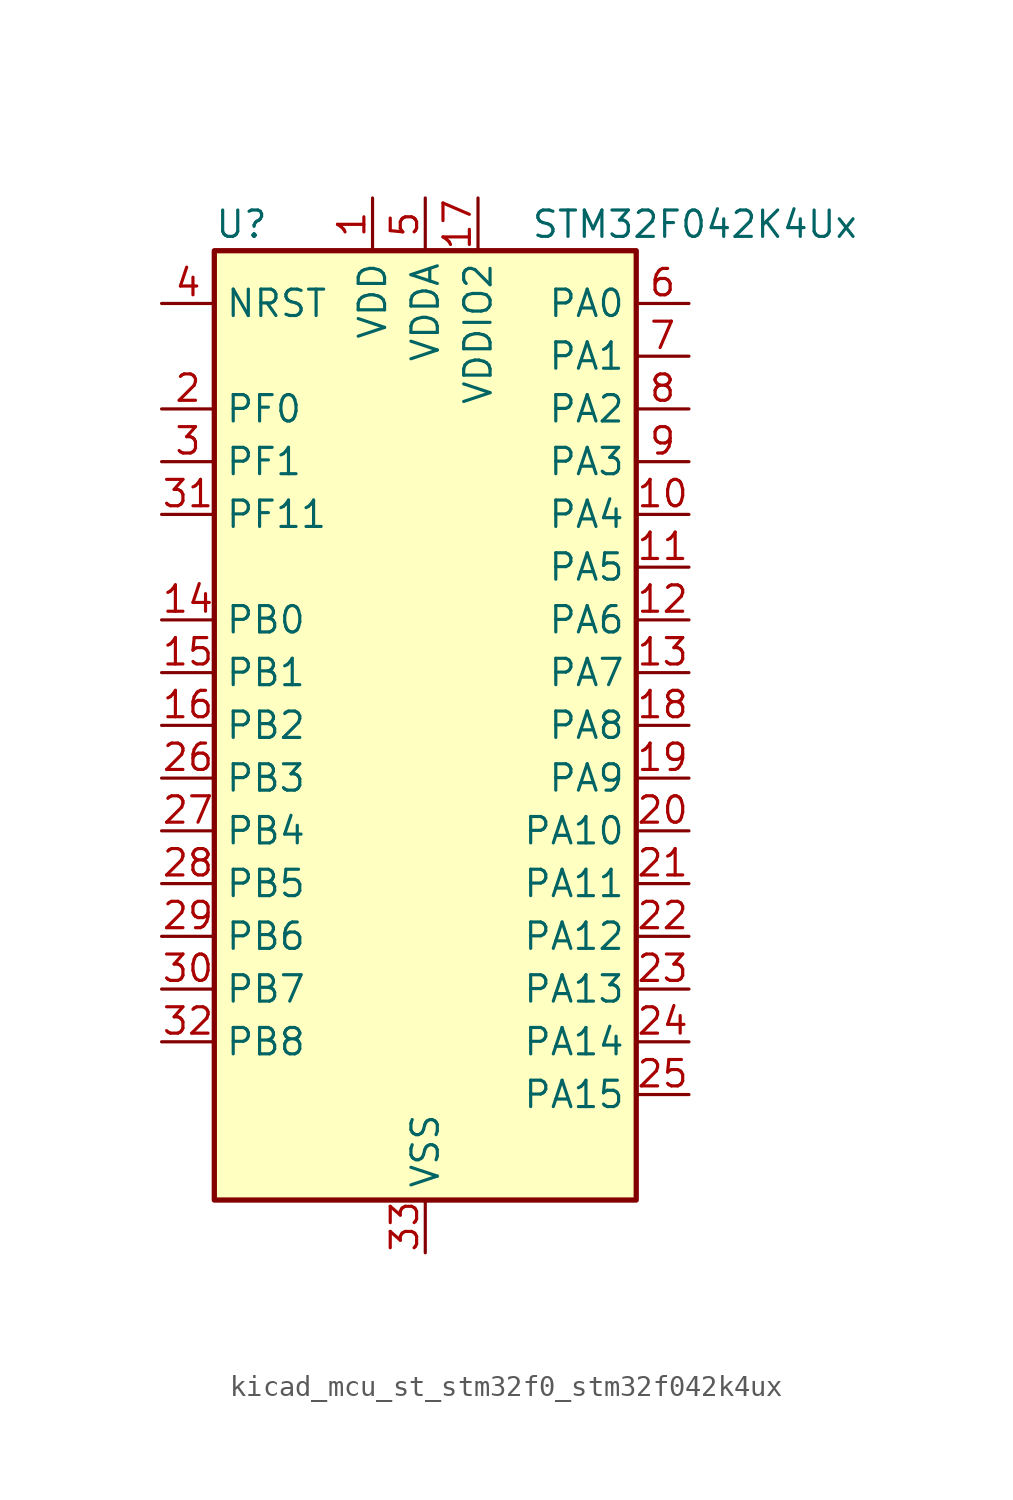
<source format=kicad_sym>
(kicad_symbol_lib
  (version 20220914)
  (generator kicad_symbol_editor)
  (symbol "kicad_mcu_st_stm32f0_stm32f042k4ux"
    (property "Reference" "U"
      (at -10.16 24.13 0)
      (effects (font (size 1.27 1.27)) (justify left)))
    (property "Value" "STM32F042K4Ux"
      (at 5.08 24.13 0)
      (effects (font (size 1.27 1.27)) (justify left)))
    (property "ki_locked" ""
      (at 0 0 0)
      (effects (font (size 1.27 1.27))))
    (symbol "kicad_mcu_st_stm32f0_stm32f042k4ux_0_1"
      (rectangle (start -10.16 -22.86) (end 10.16 22.86) (stroke (width 0.254) (type default)) (fill (type background))))
    (symbol "kicad_mcu_st_stm32f0_stm32f042k4ux_1_1"
      (pin power_in line (at -2.54 25.4 270) (length 2.54) (name "VDD" (effects (font (size 1.27 1.27)))) (number "1" (effects (font (size 1.27 1.27)))))
      (pin bidirectional line (at 12.7 10.16 180) (length 2.54) (name "PA4" (effects (font (size 1.27 1.27)))) (number "10" (effects (font (size 1.27 1.27)))) (alternate "ADC_IN4" bidirectional line) (alternate "I2S1_WS" bidirectional line) (alternate "SPI1_NSS" bidirectional line) (alternate "TIM14_CH1" bidirectional line) (alternate "TSC_G2_IO1" bidirectional line) (alternate "USART2_CK" bidirectional line) (alternate "USB_NOE" bidirectional line))
      (pin bidirectional line (at 12.7 7.62 180) (length 2.54) (name "PA5" (effects (font (size 1.27 1.27)))) (number "11" (effects (font (size 1.27 1.27)))) (alternate "ADC_IN5" bidirectional line) (alternate "CEC" bidirectional line) (alternate "I2S1_CK" bidirectional line) (alternate "SPI1_SCK" bidirectional line) (alternate "TIM2_CH1" bidirectional line) (alternate "TIM2_ETR" bidirectional line) (alternate "TSC_G2_IO2" bidirectional line))
      (pin bidirectional line (at 12.7 5.08 180) (length 2.54) (name "PA6" (effects (font (size 1.27 1.27)))) (number "12" (effects (font (size 1.27 1.27)))) (alternate "ADC_IN6" bidirectional line) (alternate "I2S1_MCK" bidirectional line) (alternate "SPI1_MISO" bidirectional line) (alternate "TIM16_CH1" bidirectional line) (alternate "TIM1_BKIN" bidirectional line) (alternate "TIM3_CH1" bidirectional line) (alternate "TSC_G2_IO3" bidirectional line))
      (pin bidirectional line (at 12.7 2.54 180) (length 2.54) (name "PA7" (effects (font (size 1.27 1.27)))) (number "13" (effects (font (size 1.27 1.27)))) (alternate "ADC_IN7" bidirectional line) (alternate "I2S1_SD" bidirectional line) (alternate "SPI1_MOSI" bidirectional line) (alternate "TIM14_CH1" bidirectional line) (alternate "TIM17_CH1" bidirectional line) (alternate "TIM1_CH1N" bidirectional line) (alternate "TIM3_CH2" bidirectional line) (alternate "TSC_G2_IO4" bidirectional line))
      (pin bidirectional line (at -12.7 5.08 0) (length 2.54) (name "PB0" (effects (font (size 1.27 1.27)))) (number "14" (effects (font (size 1.27 1.27)))) (alternate "ADC_IN8" bidirectional line) (alternate "TIM1_CH2N" bidirectional line) (alternate "TIM3_CH3" bidirectional line) (alternate "TSC_G3_IO2" bidirectional line))
      (pin bidirectional line (at -12.7 2.54 0) (length 2.54) (name "PB1" (effects (font (size 1.27 1.27)))) (number "15" (effects (font (size 1.27 1.27)))) (alternate "ADC_IN9" bidirectional line) (alternate "TIM14_CH1" bidirectional line) (alternate "TIM1_CH3N" bidirectional line) (alternate "TIM3_CH4" bidirectional line) (alternate "TSC_G3_IO3" bidirectional line))
      (pin bidirectional line (at -12.7 0 0) (length 2.54) (name "PB2" (effects (font (size 1.27 1.27)))) (number "16" (effects (font (size 1.27 1.27)))) (alternate "TSC_G3_IO4" bidirectional line))
      (pin power_in line (at 2.54 25.4 270) (length 2.54) (name "VDDIO2" (effects (font (size 1.27 1.27)))) (number "17" (effects (font (size 1.27 1.27)))))
      (pin bidirectional line (at 12.7 0 180) (length 2.54) (name "PA8" (effects (font (size 1.27 1.27)))) (number "18" (effects (font (size 1.27 1.27)))) (alternate "CRS_SYNC" bidirectional line) (alternate "RCC_MCO" bidirectional line) (alternate "TIM1_CH1" bidirectional line) (alternate "USART1_CK" bidirectional line))
      (pin bidirectional line (at 12.7 -2.54 180) (length 2.54) (name "PA9" (effects (font (size 1.27 1.27)))) (number "19" (effects (font (size 1.27 1.27)))) (alternate "I2C1_SCL" bidirectional line) (alternate "TIM1_CH2" bidirectional line) (alternate "TSC_G4_IO1" bidirectional line) (alternate "USART1_TX" bidirectional line))
      (pin bidirectional line (at -12.7 15.24 0) (length 2.54) (name "PF0" (effects (font (size 1.27 1.27)))) (number "2" (effects (font (size 1.27 1.27)))) (alternate "CRS_SYNC" bidirectional line) (alternate "I2C1_SDA" bidirectional line) (alternate "RCC_OSC_IN" bidirectional line))
      (pin bidirectional line (at 12.7 -5.08 180) (length 2.54) (name "PA10" (effects (font (size 1.27 1.27)))) (number "20" (effects (font (size 1.27 1.27)))) (alternate "I2C1_SDA" bidirectional line) (alternate "TIM17_BKIN" bidirectional line) (alternate "TIM1_CH3" bidirectional line) (alternate "TSC_G4_IO2" bidirectional line) (alternate "USART1_RX" bidirectional line))
      (pin bidirectional line (at 12.7 -7.62 180) (length 2.54) (name "PA11" (effects (font (size 1.27 1.27)))) (number "21" (effects (font (size 1.27 1.27)))) (alternate "CAN_RX" bidirectional line) (alternate "I2C1_SCL" bidirectional line) (alternate "TIM1_CH4" bidirectional line) (alternate "TSC_G4_IO3" bidirectional line) (alternate "USART1_CTS" bidirectional line) (alternate "USB_DM" bidirectional line))
      (pin bidirectional line (at 12.7 -10.16 180) (length 2.54) (name "PA12" (effects (font (size 1.27 1.27)))) (number "22" (effects (font (size 1.27 1.27)))) (alternate "CAN_TX" bidirectional line) (alternate "I2C1_SDA" bidirectional line) (alternate "TIM1_ETR" bidirectional line) (alternate "TSC_G4_IO4" bidirectional line) (alternate "USART1_DE" bidirectional line) (alternate "USART1_RTS" bidirectional line) (alternate "USB_DP" bidirectional line))
      (pin bidirectional line (at 12.7 -12.7 180) (length 2.54) (name "PA13" (effects (font (size 1.27 1.27)))) (number "23" (effects (font (size 1.27 1.27)))) (alternate "IR_OUT" bidirectional line) (alternate "SYS_SWDIO" bidirectional line) (alternate "USB_NOE" bidirectional line))
      (pin bidirectional line (at 12.7 -15.24 180) (length 2.54) (name "PA14" (effects (font (size 1.27 1.27)))) (number "24" (effects (font (size 1.27 1.27)))) (alternate "SYS_SWCLK" bidirectional line) (alternate "USART2_TX" bidirectional line))
      (pin bidirectional line (at 12.7 -17.78 180) (length 2.54) (name "PA15" (effects (font (size 1.27 1.27)))) (number "25" (effects (font (size 1.27 1.27)))) (alternate "I2S1_WS" bidirectional line) (alternate "SPI1_NSS" bidirectional line) (alternate "TIM2_CH1" bidirectional line) (alternate "TIM2_ETR" bidirectional line) (alternate "USART2_RX" bidirectional line) (alternate "USB_NOE" bidirectional line))
      (pin bidirectional line (at -12.7 -2.54 0) (length 2.54) (name "PB3" (effects (font (size 1.27 1.27)))) (number "26" (effects (font (size 1.27 1.27)))) (alternate "I2S1_CK" bidirectional line) (alternate "SPI1_SCK" bidirectional line) (alternate "TIM2_CH2" bidirectional line) (alternate "TSC_G5_IO1" bidirectional line))
      (pin bidirectional line (at -12.7 -5.08 0) (length 2.54) (name "PB4" (effects (font (size 1.27 1.27)))) (number "27" (effects (font (size 1.27 1.27)))) (alternate "I2S1_MCK" bidirectional line) (alternate "SPI1_MISO" bidirectional line) (alternate "TIM17_BKIN" bidirectional line) (alternate "TIM3_CH1" bidirectional line) (alternate "TSC_G5_IO2" bidirectional line))
      (pin bidirectional line (at -12.7 -7.62 0) (length 2.54) (name "PB5" (effects (font (size 1.27 1.27)))) (number "28" (effects (font (size 1.27 1.27)))) (alternate "I2C1_SMBA" bidirectional line) (alternate "I2S1_SD" bidirectional line) (alternate "SPI1_MOSI" bidirectional line) (alternate "SYS_WKUP6" bidirectional line) (alternate "TIM16_BKIN" bidirectional line) (alternate "TIM3_CH2" bidirectional line))
      (pin bidirectional line (at -12.7 -10.16 0) (length 2.54) (name "PB6" (effects (font (size 1.27 1.27)))) (number "29" (effects (font (size 1.27 1.27)))) (alternate "I2C1_SCL" bidirectional line) (alternate "TIM16_CH1N" bidirectional line) (alternate "TSC_G5_IO3" bidirectional line) (alternate "USART1_TX" bidirectional line))
      (pin bidirectional line (at -12.7 12.7 0) (length 2.54) (name "PF1" (effects (font (size 1.27 1.27)))) (number "3" (effects (font (size 1.27 1.27)))) (alternate "I2C1_SCL" bidirectional line) (alternate "RCC_OSC_OUT" bidirectional line))
      (pin bidirectional line (at -12.7 -12.7 0) (length 2.54) (name "PB7" (effects (font (size 1.27 1.27)))) (number "30" (effects (font (size 1.27 1.27)))) (alternate "I2C1_SDA" bidirectional line) (alternate "TIM17_CH1N" bidirectional line) (alternate "TSC_G5_IO4" bidirectional line) (alternate "USART1_RX" bidirectional line))
      (pin bidirectional line (at -12.7 10.16 0) (length 2.54) (name "PF11" (effects (font (size 1.27 1.27)))) (number "31" (effects (font (size 1.27 1.27)))))
      (pin bidirectional line (at -12.7 -15.24 0) (length 2.54) (name "PB8" (effects (font (size 1.27 1.27)))) (number "32" (effects (font (size 1.27 1.27)))) (alternate "CAN_RX" bidirectional line) (alternate "CEC" bidirectional line) (alternate "I2C1_SCL" bidirectional line) (alternate "TIM16_CH1" bidirectional line) (alternate "TSC_SYNC" bidirectional line))
      (pin power_in line (at 0 -25.4 90) (length 2.54) (name "VSS" (effects (font (size 1.27 1.27)))) (number "33" (effects (font (size 1.27 1.27)))))
      (pin input line (at -12.7 20.32 0) (length 2.54) (name "NRST" (effects (font (size 1.27 1.27)))) (number "4" (effects (font (size 1.27 1.27)))))
      (pin power_in line (at 0 25.4 270) (length 2.54) (name "VDDA" (effects (font (size 1.27 1.27)))) (number "5" (effects (font (size 1.27 1.27)))))
      (pin bidirectional line (at 12.7 20.32 180) (length 2.54) (name "PA0" (effects (font (size 1.27 1.27)))) (number "6" (effects (font (size 1.27 1.27)))) (alternate "ADC_IN0" bidirectional line) (alternate "RTC_TAMP2" bidirectional line) (alternate "SYS_WKUP1" bidirectional line) (alternate "TIM2_CH1" bidirectional line) (alternate "TIM2_ETR" bidirectional line) (alternate "TSC_G1_IO1" bidirectional line) (alternate "USART2_CTS" bidirectional line))
      (pin bidirectional line (at 12.7 17.78 180) (length 2.54) (name "PA1" (effects (font (size 1.27 1.27)))) (number "7" (effects (font (size 1.27 1.27)))) (alternate "ADC_IN1" bidirectional line) (alternate "TIM2_CH2" bidirectional line) (alternate "TSC_G1_IO2" bidirectional line) (alternate "USART2_DE" bidirectional line) (alternate "USART2_RTS" bidirectional line))
      (pin bidirectional line (at 12.7 15.24 180) (length 2.54) (name "PA2" (effects (font (size 1.27 1.27)))) (number "8" (effects (font (size 1.27 1.27)))) (alternate "ADC_IN2" bidirectional line) (alternate "SYS_WKUP4" bidirectional line) (alternate "TIM2_CH3" bidirectional line) (alternate "TSC_G1_IO3" bidirectional line) (alternate "USART2_TX" bidirectional line))
      (pin bidirectional line (at 12.7 12.7 180) (length 2.54) (name "PA3" (effects (font (size 1.27 1.27)))) (number "9" (effects (font (size 1.27 1.27)))) (alternate "ADC_IN3" bidirectional line) (alternate "TIM2_CH4" bidirectional line) (alternate "TSC_G1_IO4" bidirectional line) (alternate "USART2_RX" bidirectional line)))))
</source>
